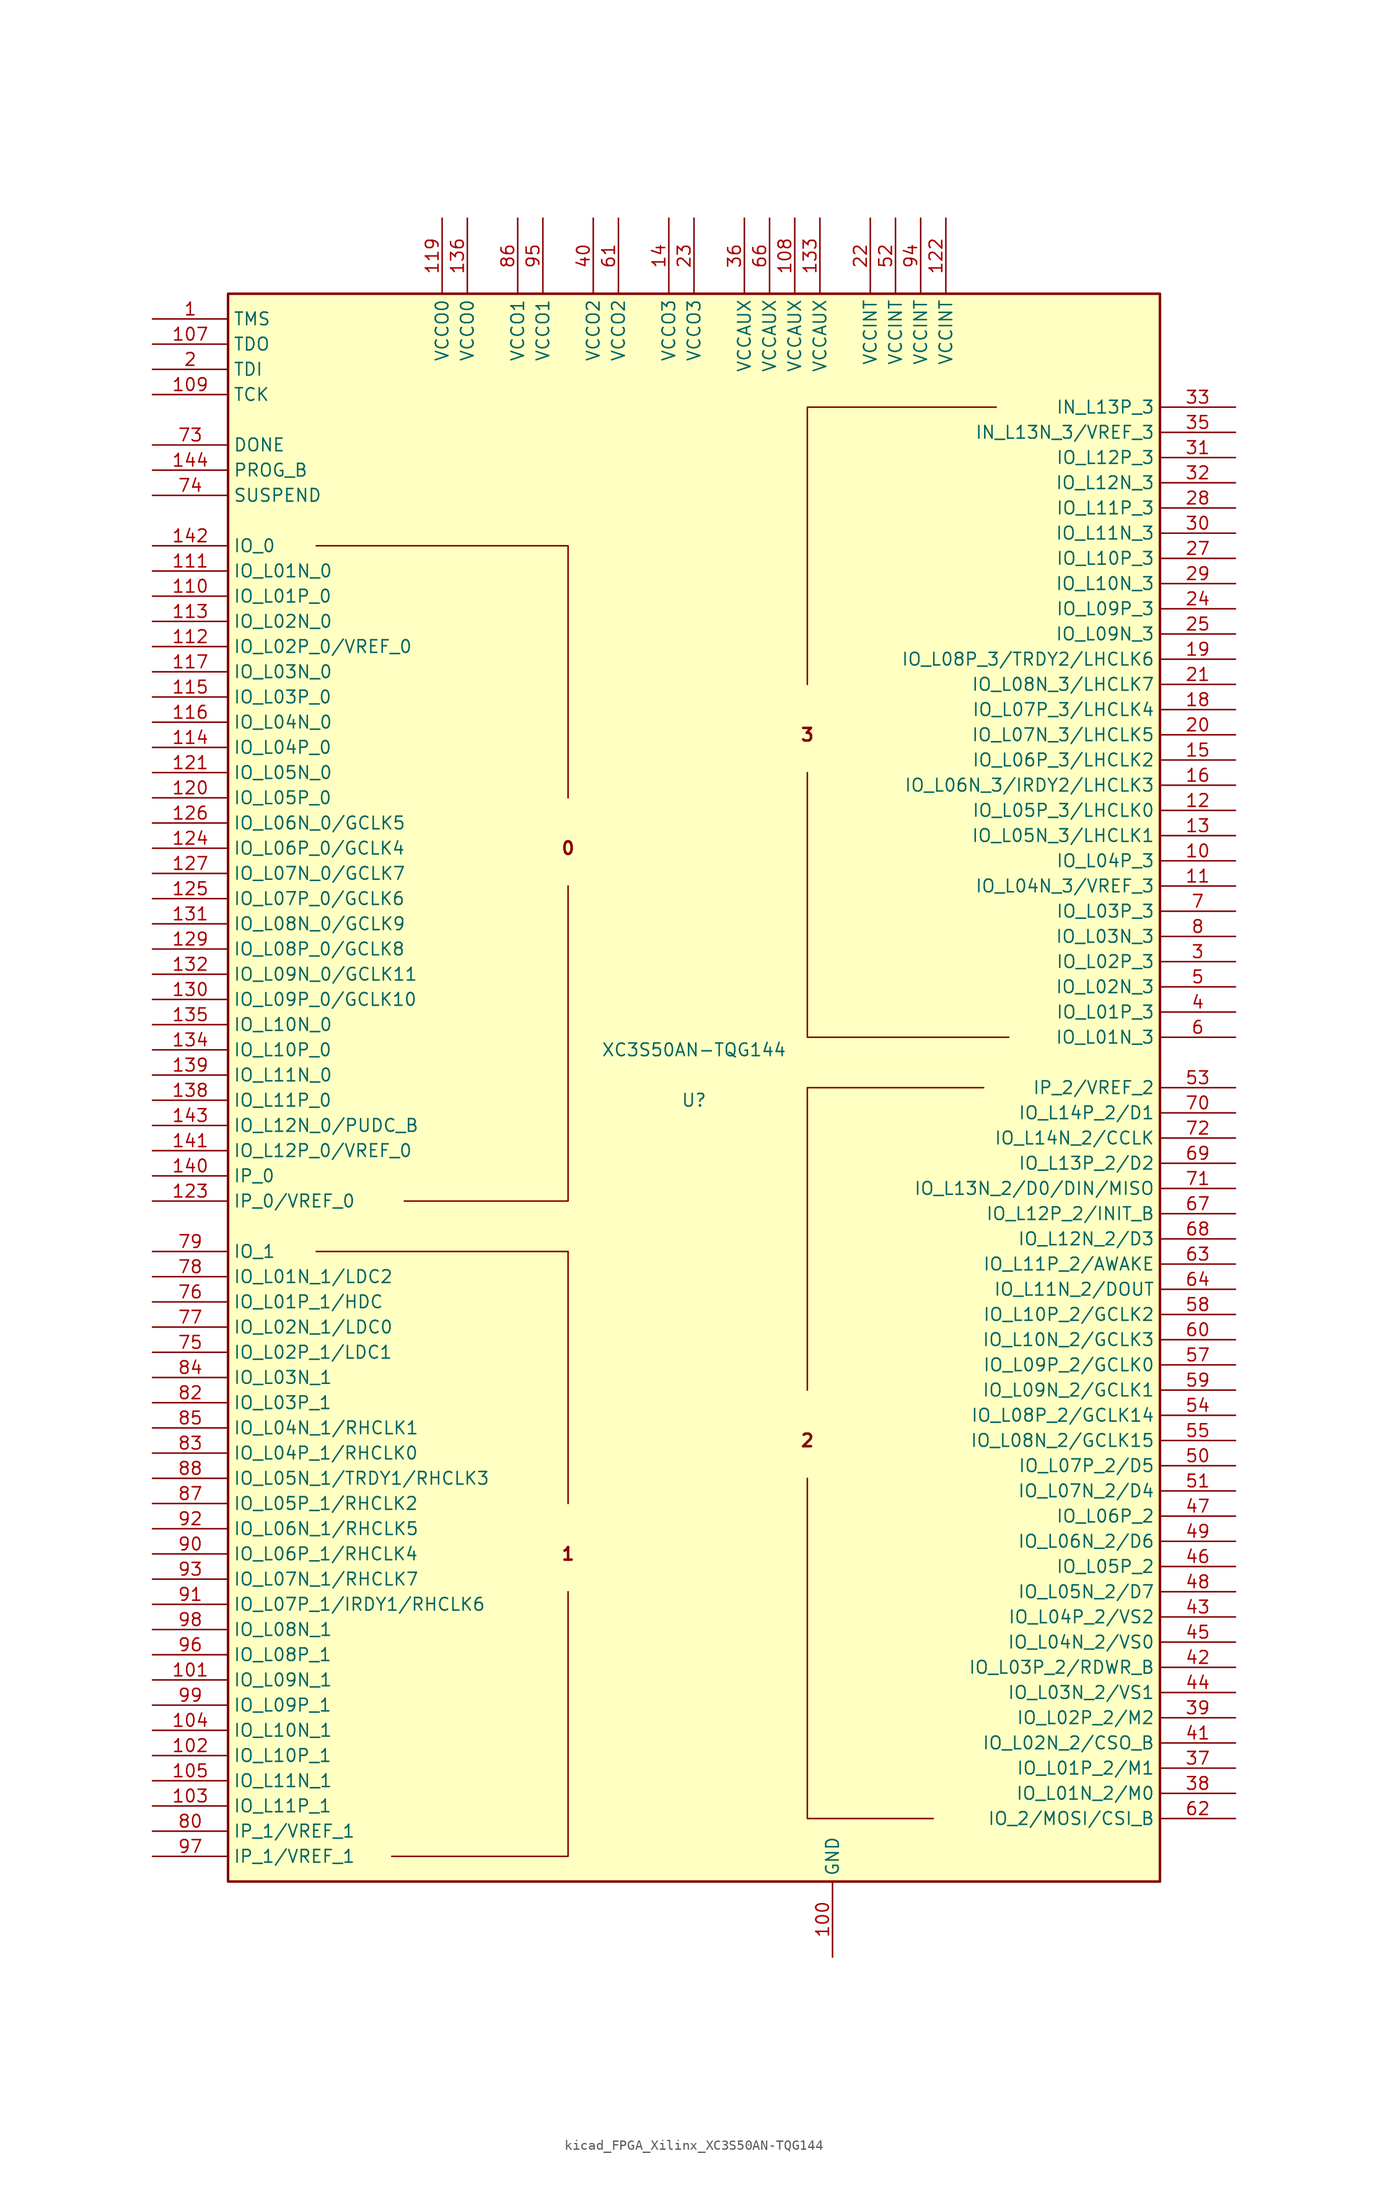
<source format=kicad_sym>
(kicad_symbol_lib
  (version 20220914)
  (generator kicad_symbol_editor)
  (symbol "kicad_FPGA_Xilinx_XC3S50AN-TQG144"
    (property "Reference" "U"
      (at 0 0 0)
      (effects (font (size 1.27 1.27))))
    (property "Value" "XC3S50AN-TQG144"
      (at 0 5.08 0)
      (effects (font (size 1.27 1.27))))
    (symbol "kicad_FPGA_Xilinx_XC3S50AN-TQG144_0_0"
      (text "0" (at -12.7 25.4 0) (effects (font (size 1.27 1.27) bold)))
      (text "1" (at -12.7 -45.72 0) (effects (font (size 1.27 1.27) bold)))
      (text "2" (at 11.43 -34.29 0) (effects (font (size 1.27 1.27) bold)))
      (text "3" (at 11.43 36.83 0) (effects (font (size 1.27 1.27) bold))))
    (symbol "kicad_FPGA_Xilinx_XC3S50AN-TQG144_0_1"
      (rectangle (start -46.99 81.28) (end 46.99 -78.74) (stroke (width 0.254) (type default)) (fill (type background)))
      (polyline (pts (xy -38.1 55.88) (xy -12.7 55.88) (xy -12.7 30.48) (xy -12.7 30.48)) (stroke (width 0) (type default)) (fill (type none)))
      (polyline (pts (xy -29.21 -10.16) (xy -12.7 -10.16) (xy -12.7 21.59) (xy -12.7 21.59)) (stroke (width 0) (type default)) (fill (type none)))
      (polyline (pts (xy -12.7 -40.64) (xy -12.7 -15.24) (xy -38.1 -15.24) (xy -38.1 -15.24)) (stroke (width 0) (type default)) (fill (type none)))
      (polyline (pts (xy 24.13 -72.39) (xy 11.43 -72.39) (xy 11.43 -38.1) (xy 11.43 -38.1)) (stroke (width 0) (type default)) (fill (type none)))
      (polyline (pts (xy 29.21 1.27) (xy 11.43 1.27) (xy 11.43 -29.21) (xy 11.43 -29.21)) (stroke (width 0) (type default)) (fill (type none)))
      (polyline (pts (xy 30.48 69.85) (xy 11.43 69.85) (xy 11.43 41.91) (xy 11.43 41.91)) (stroke (width 0) (type default)) (fill (type none)))
      (polyline (pts (xy 31.75 6.35) (xy 11.43 6.35) (xy 11.43 33.02) (xy 11.43 33.02)) (stroke (width 0) (type default)) (fill (type none)))
      (polyline (pts (xy -30.48 -76.2) (xy -13.97 -76.2) (xy -12.7 -76.2) (xy -12.7 -49.53) (xy -12.7 -49.53)) (stroke (width 0) (type default)) (fill (type none))))
    (symbol "kicad_FPGA_Xilinx_XC3S50AN-TQG144_1_1"
      (pin input line (at -54.61 78.74 0) (length 7.62) (name "TMS" (effects (font (size 1.27 1.27)))) (number "1" (effects (font (size 1.27 1.27)))))
      (pin bidirectional line (at 54.61 24.13 180) (length 7.62) (name "IO_L04P_3" (effects (font (size 1.27 1.27)))) (number "10" (effects (font (size 1.27 1.27)))))
      (pin power_in line (at 13.97 -86.36 90) (length 7.62) (name "GND" (effects (font (size 1.27 1.27)))) (number "100" (effects (font (size 1.27 1.27)))))
      (pin bidirectional line (at -54.61 -58.42 0) (length 7.62) (name "IO_L09N_1" (effects (font (size 1.27 1.27)))) (number "101" (effects (font (size 1.27 1.27)))))
      (pin bidirectional line (at -54.61 -66.04 0) (length 7.62) (name "IO_L10P_1" (effects (font (size 1.27 1.27)))) (number "102" (effects (font (size 1.27 1.27)))))
      (pin bidirectional line (at -54.61 -71.12 0) (length 7.62) (name "IO_L11P_1" (effects (font (size 1.27 1.27)))) (number "103" (effects (font (size 1.27 1.27)))))
      (pin bidirectional line (at -54.61 -63.5 0) (length 7.62) (name "IO_L10N_1" (effects (font (size 1.27 1.27)))) (number "104" (effects (font (size 1.27 1.27)))))
      (pin bidirectional line (at -54.61 -68.58 0) (length 7.62) (name "IO_L11N_1" (effects (font (size 1.27 1.27)))) (number "105" (effects (font (size 1.27 1.27)))))
      (pin passive line (at 13.97 -86.36 90) (length 7.62) hide (name "GND" (effects (font (size 1.27 1.27)))) (number "106" (effects (font (size 1.27 1.27)))))
      (pin output line (at -54.61 76.2 0) (length 7.62) (name "TDO" (effects (font (size 1.27 1.27)))) (number "107" (effects (font (size 1.27 1.27)))))
      (pin power_in line (at 10.16 88.9 270) (length 7.62) (name "VCCAUX" (effects (font (size 1.27 1.27)))) (number "108" (effects (font (size 1.27 1.27)))))
      (pin input line (at -54.61 71.12 0) (length 7.62) (name "TCK" (effects (font (size 1.27 1.27)))) (number "109" (effects (font (size 1.27 1.27)))))
      (pin bidirectional line (at 54.61 21.59 180) (length 7.62) (name "IO_L04N_3/VREF_3" (effects (font (size 1.27 1.27)))) (number "11" (effects (font (size 1.27 1.27)))))
      (pin bidirectional line (at -54.61 50.8 0) (length 7.62) (name "IO_L01P_0" (effects (font (size 1.27 1.27)))) (number "110" (effects (font (size 1.27 1.27)))))
      (pin bidirectional line (at -54.61 53.34 0) (length 7.62) (name "IO_L01N_0" (effects (font (size 1.27 1.27)))) (number "111" (effects (font (size 1.27 1.27)))))
      (pin bidirectional line (at -54.61 45.72 0) (length 7.62) (name "IO_L02P_0/VREF_0" (effects (font (size 1.27 1.27)))) (number "112" (effects (font (size 1.27 1.27)))))
      (pin bidirectional line (at -54.61 48.26 0) (length 7.62) (name "IO_L02N_0" (effects (font (size 1.27 1.27)))) (number "113" (effects (font (size 1.27 1.27)))))
      (pin bidirectional line (at -54.61 35.56 0) (length 7.62) (name "IO_L04P_0" (effects (font (size 1.27 1.27)))) (number "114" (effects (font (size 1.27 1.27)))))
      (pin bidirectional line (at -54.61 40.64 0) (length 7.62) (name "IO_L03P_0" (effects (font (size 1.27 1.27)))) (number "115" (effects (font (size 1.27 1.27)))))
      (pin bidirectional line (at -54.61 38.1 0) (length 7.62) (name "IO_L04N_0" (effects (font (size 1.27 1.27)))) (number "116" (effects (font (size 1.27 1.27)))))
      (pin bidirectional line (at -54.61 43.18 0) (length 7.62) (name "IO_L03N_0" (effects (font (size 1.27 1.27)))) (number "117" (effects (font (size 1.27 1.27)))))
      (pin passive line (at 13.97 -86.36 90) (length 7.62) hide (name "GND" (effects (font (size 1.27 1.27)))) (number "118" (effects (font (size 1.27 1.27)))))
      (pin power_in line (at -25.4 88.9 270) (length 7.62) (name "VCCO0" (effects (font (size 1.27 1.27)))) (number "119" (effects (font (size 1.27 1.27)))))
      (pin bidirectional line (at 54.61 29.21 180) (length 7.62) (name "IO_L05P_3/LHCLK0" (effects (font (size 1.27 1.27)))) (number "12" (effects (font (size 1.27 1.27)))))
      (pin bidirectional line (at -54.61 30.48 0) (length 7.62) (name "IO_L05P_0" (effects (font (size 1.27 1.27)))) (number "120" (effects (font (size 1.27 1.27)))))
      (pin bidirectional line (at -54.61 33.02 0) (length 7.62) (name "IO_L05N_0" (effects (font (size 1.27 1.27)))) (number "121" (effects (font (size 1.27 1.27)))))
      (pin power_in line (at 25.4 88.9 270) (length 7.62) (name "VCCINT" (effects (font (size 1.27 1.27)))) (number "122" (effects (font (size 1.27 1.27)))))
      (pin input line (at -54.61 -10.16 0) (length 7.62) (name "IP_0/VREF_0" (effects (font (size 1.27 1.27)))) (number "123" (effects (font (size 1.27 1.27)))))
      (pin bidirectional line (at -54.61 25.4 0) (length 7.62) (name "IO_L06P_0/GCLK4" (effects (font (size 1.27 1.27)))) (number "124" (effects (font (size 1.27 1.27)))))
      (pin bidirectional line (at -54.61 20.32 0) (length 7.62) (name "IO_L07P_0/GCLK6" (effects (font (size 1.27 1.27)))) (number "125" (effects (font (size 1.27 1.27)))))
      (pin bidirectional line (at -54.61 27.94 0) (length 7.62) (name "IO_L06N_0/GCLK5" (effects (font (size 1.27 1.27)))) (number "126" (effects (font (size 1.27 1.27)))))
      (pin bidirectional line (at -54.61 22.86 0) (length 7.62) (name "IO_L07N_0/GCLK7" (effects (font (size 1.27 1.27)))) (number "127" (effects (font (size 1.27 1.27)))))
      (pin passive line (at 13.97 -86.36 90) (length 7.62) hide (name "GND" (effects (font (size 1.27 1.27)))) (number "128" (effects (font (size 1.27 1.27)))))
      (pin bidirectional line (at -54.61 15.24 0) (length 7.62) (name "IO_L08P_0/GCLK8" (effects (font (size 1.27 1.27)))) (number "129" (effects (font (size 1.27 1.27)))))
      (pin bidirectional line (at 54.61 26.67 180) (length 7.62) (name "IO_L05N_3/LHCLK1" (effects (font (size 1.27 1.27)))) (number "13" (effects (font (size 1.27 1.27)))))
      (pin bidirectional line (at -54.61 10.16 0) (length 7.62) (name "IO_L09P_0/GCLK10" (effects (font (size 1.27 1.27)))) (number "130" (effects (font (size 1.27 1.27)))))
      (pin bidirectional line (at -54.61 17.78 0) (length 7.62) (name "IO_L08N_0/GCLK9" (effects (font (size 1.27 1.27)))) (number "131" (effects (font (size 1.27 1.27)))))
      (pin bidirectional line (at -54.61 12.7 0) (length 7.62) (name "IO_L09N_0/GCLK11" (effects (font (size 1.27 1.27)))) (number "132" (effects (font (size 1.27 1.27)))))
      (pin power_in line (at 12.7 88.9 270) (length 7.62) (name "VCCAUX" (effects (font (size 1.27 1.27)))) (number "133" (effects (font (size 1.27 1.27)))))
      (pin bidirectional line (at -54.61 5.08 0) (length 7.62) (name "IO_L10P_0" (effects (font (size 1.27 1.27)))) (number "134" (effects (font (size 1.27 1.27)))))
      (pin bidirectional line (at -54.61 7.62 0) (length 7.62) (name "IO_L10N_0" (effects (font (size 1.27 1.27)))) (number "135" (effects (font (size 1.27 1.27)))))
      (pin power_in line (at -22.86 88.9 270) (length 7.62) (name "VCCO0" (effects (font (size 1.27 1.27)))) (number "136" (effects (font (size 1.27 1.27)))))
      (pin passive line (at 13.97 -86.36 90) (length 7.62) hide (name "GND" (effects (font (size 1.27 1.27)))) (number "137" (effects (font (size 1.27 1.27)))))
      (pin bidirectional line (at -54.61 0 0) (length 7.62) (name "IO_L11P_0" (effects (font (size 1.27 1.27)))) (number "138" (effects (font (size 1.27 1.27)))))
      (pin bidirectional line (at -54.61 2.54 0) (length 7.62) (name "IO_L11N_0" (effects (font (size 1.27 1.27)))) (number "139" (effects (font (size 1.27 1.27)))))
      (pin passive line (at -2.54 88.9 270) (length 7.62) (name "VCCO3" (effects (font (size 1.27 1.27)))) (number "14" (effects (font (size 1.27 1.27)))))
      (pin input line (at -54.61 -7.62 0) (length 7.62) (name "IP_0" (effects (font (size 1.27 1.27)))) (number "140" (effects (font (size 1.27 1.27)))))
      (pin bidirectional line (at -54.61 -5.08 0) (length 7.62) (name "IO_L12P_0/VREF_0" (effects (font (size 1.27 1.27)))) (number "141" (effects (font (size 1.27 1.27)))))
      (pin bidirectional line (at -54.61 55.88 0) (length 7.62) (name "IO_0" (effects (font (size 1.27 1.27)))) (number "142" (effects (font (size 1.27 1.27)))))
      (pin bidirectional line (at -54.61 -2.54 0) (length 7.62) (name "IO_L12N_0/PUDC_B" (effects (font (size 1.27 1.27)))) (number "143" (effects (font (size 1.27 1.27)))))
      (pin bidirectional line (at -54.61 63.5 0) (length 7.62) (name "PROG_B" (effects (font (size 1.27 1.27)))) (number "144" (effects (font (size 1.27 1.27)))))
      (pin bidirectional line (at 54.61 34.29 180) (length 7.62) (name "IO_L06P_3/LHCLK2" (effects (font (size 1.27 1.27)))) (number "15" (effects (font (size 1.27 1.27)))))
      (pin bidirectional line (at 54.61 31.75 180) (length 7.62) (name "IO_L06N_3/IRDY2/LHCLK3" (effects (font (size 1.27 1.27)))) (number "16" (effects (font (size 1.27 1.27)))))
      (pin passive line (at 13.97 -86.36 90) (length 7.62) hide (name "GND" (effects (font (size 1.27 1.27)))) (number "17" (effects (font (size 1.27 1.27)))))
      (pin bidirectional line (at 54.61 39.37 180) (length 7.62) (name "IO_L07P_3/LHCLK4" (effects (font (size 1.27 1.27)))) (number "18" (effects (font (size 1.27 1.27)))))
      (pin bidirectional line (at 54.61 44.45 180) (length 7.62) (name "IO_L08P_3/TRDY2/LHCLK6" (effects (font (size 1.27 1.27)))) (number "19" (effects (font (size 1.27 1.27)))))
      (pin input line (at -54.61 73.66 0) (length 7.62) (name "TDI" (effects (font (size 1.27 1.27)))) (number "2" (effects (font (size 1.27 1.27)))))
      (pin bidirectional line (at 54.61 36.83 180) (length 7.62) (name "IO_L07N_3/LHCLK5" (effects (font (size 1.27 1.27)))) (number "20" (effects (font (size 1.27 1.27)))))
      (pin bidirectional line (at 54.61 41.91 180) (length 7.62) (name "IO_L08N_3/LHCLK7" (effects (font (size 1.27 1.27)))) (number "21" (effects (font (size 1.27 1.27)))))
      (pin power_in line (at 17.78 88.9 270) (length 7.62) (name "VCCINT" (effects (font (size 1.27 1.27)))) (number "22" (effects (font (size 1.27 1.27)))))
      (pin power_in line (at 0 88.9 270) (length 7.62) (name "VCCO3" (effects (font (size 1.27 1.27)))) (number "23" (effects (font (size 1.27 1.27)))))
      (pin bidirectional line (at 54.61 49.53 180) (length 7.62) (name "IO_L09P_3" (effects (font (size 1.27 1.27)))) (number "24" (effects (font (size 1.27 1.27)))))
      (pin bidirectional line (at 54.61 46.99 180) (length 7.62) (name "IO_L09N_3" (effects (font (size 1.27 1.27)))) (number "25" (effects (font (size 1.27 1.27)))))
      (pin passive line (at 13.97 -86.36 90) (length 7.62) hide (name "GND" (effects (font (size 1.27 1.27)))) (number "26" (effects (font (size 1.27 1.27)))))
      (pin bidirectional line (at 54.61 54.61 180) (length 7.62) (name "IO_L10P_3" (effects (font (size 1.27 1.27)))) (number "27" (effects (font (size 1.27 1.27)))))
      (pin bidirectional line (at 54.61 59.69 180) (length 7.62) (name "IO_L11P_3" (effects (font (size 1.27 1.27)))) (number "28" (effects (font (size 1.27 1.27)))))
      (pin bidirectional line (at 54.61 52.07 180) (length 7.62) (name "IO_L10N_3" (effects (font (size 1.27 1.27)))) (number "29" (effects (font (size 1.27 1.27)))))
      (pin bidirectional line (at 54.61 13.97 180) (length 7.62) (name "IO_L02P_3" (effects (font (size 1.27 1.27)))) (number "3" (effects (font (size 1.27 1.27)))))
      (pin bidirectional line (at 54.61 57.15 180) (length 7.62) (name "IO_L11N_3" (effects (font (size 1.27 1.27)))) (number "30" (effects (font (size 1.27 1.27)))))
      (pin bidirectional line (at 54.61 64.77 180) (length 7.62) (name "IO_L12P_3" (effects (font (size 1.27 1.27)))) (number "31" (effects (font (size 1.27 1.27)))))
      (pin bidirectional line (at 54.61 62.23 180) (length 7.62) (name "IO_L12N_3" (effects (font (size 1.27 1.27)))) (number "32" (effects (font (size 1.27 1.27)))))
      (pin input line (at 54.61 69.85 180) (length 7.62) (name "IN_L13P_3" (effects (font (size 1.27 1.27)))) (number "33" (effects (font (size 1.27 1.27)))))
      (pin passive line (at 13.97 -86.36 90) (length 7.62) hide (name "GND" (effects (font (size 1.27 1.27)))) (number "34" (effects (font (size 1.27 1.27)))))
      (pin input line (at 54.61 67.31 180) (length 7.62) (name "IN_L13N_3/VREF_3" (effects (font (size 1.27 1.27)))) (number "35" (effects (font (size 1.27 1.27)))))
      (pin power_in line (at 5.08 88.9 270) (length 7.62) (name "VCCAUX" (effects (font (size 1.27 1.27)))) (number "36" (effects (font (size 1.27 1.27)))))
      (pin bidirectional line (at 54.61 -67.31 180) (length 7.62) (name "IO_L01P_2/M1" (effects (font (size 1.27 1.27)))) (number "37" (effects (font (size 1.27 1.27)))))
      (pin bidirectional line (at 54.61 -69.85 180) (length 7.62) (name "IO_L01N_2/M0" (effects (font (size 1.27 1.27)))) (number "38" (effects (font (size 1.27 1.27)))))
      (pin bidirectional line (at 54.61 -62.23 180) (length 7.62) (name "IO_L02P_2/M2" (effects (font (size 1.27 1.27)))) (number "39" (effects (font (size 1.27 1.27)))))
      (pin bidirectional line (at 54.61 8.89 180) (length 7.62) (name "IO_L01P_3" (effects (font (size 1.27 1.27)))) (number "4" (effects (font (size 1.27 1.27)))))
      (pin power_in line (at -10.16 88.9 270) (length 7.62) (name "VCCO2" (effects (font (size 1.27 1.27)))) (number "40" (effects (font (size 1.27 1.27)))))
      (pin bidirectional line (at 54.61 -64.77 180) (length 7.62) (name "IO_L02N_2/CSO_B" (effects (font (size 1.27 1.27)))) (number "41" (effects (font (size 1.27 1.27)))))
      (pin bidirectional line (at 54.61 -57.15 180) (length 7.62) (name "IO_L03P_2/RDWR_B" (effects (font (size 1.27 1.27)))) (number "42" (effects (font (size 1.27 1.27)))))
      (pin bidirectional line (at 54.61 -52.07 180) (length 7.62) (name "IO_L04P_2/VS2" (effects (font (size 1.27 1.27)))) (number "43" (effects (font (size 1.27 1.27)))))
      (pin bidirectional line (at 54.61 -59.69 180) (length 7.62) (name "IO_L03N_2/VS1" (effects (font (size 1.27 1.27)))) (number "44" (effects (font (size 1.27 1.27)))))
      (pin bidirectional line (at 54.61 -54.61 180) (length 7.62) (name "IO_L04N_2/VS0" (effects (font (size 1.27 1.27)))) (number "45" (effects (font (size 1.27 1.27)))))
      (pin bidirectional line (at 54.61 -46.99 180) (length 7.62) (name "IO_L05P_2" (effects (font (size 1.27 1.27)))) (number "46" (effects (font (size 1.27 1.27)))))
      (pin bidirectional line (at 54.61 -41.91 180) (length 7.62) (name "IO_L06P_2" (effects (font (size 1.27 1.27)))) (number "47" (effects (font (size 1.27 1.27)))))
      (pin bidirectional line (at 54.61 -49.53 180) (length 7.62) (name "IO_L05N_2/D7" (effects (font (size 1.27 1.27)))) (number "48" (effects (font (size 1.27 1.27)))))
      (pin bidirectional line (at 54.61 -44.45 180) (length 7.62) (name "IO_L06N_2/D6" (effects (font (size 1.27 1.27)))) (number "49" (effects (font (size 1.27 1.27)))))
      (pin bidirectional line (at 54.61 11.43 180) (length 7.62) (name "IO_L02N_3" (effects (font (size 1.27 1.27)))) (number "5" (effects (font (size 1.27 1.27)))))
      (pin bidirectional line (at 54.61 -36.83 180) (length 7.62) (name "IO_L07P_2/D5" (effects (font (size 1.27 1.27)))) (number "50" (effects (font (size 1.27 1.27)))))
      (pin bidirectional line (at 54.61 -39.37 180) (length 7.62) (name "IO_L07N_2/D4" (effects (font (size 1.27 1.27)))) (number "51" (effects (font (size 1.27 1.27)))))
      (pin power_in line (at 20.32 88.9 270) (length 7.62) (name "VCCINT" (effects (font (size 1.27 1.27)))) (number "52" (effects (font (size 1.27 1.27)))))
      (pin input line (at 54.61 1.27 180) (length 7.62) (name "IP_2/VREF_2" (effects (font (size 1.27 1.27)))) (number "53" (effects (font (size 1.27 1.27)))))
      (pin bidirectional line (at 54.61 -31.75 180) (length 7.62) (name "IO_L08P_2/GCLK14" (effects (font (size 1.27 1.27)))) (number "54" (effects (font (size 1.27 1.27)))))
      (pin bidirectional line (at 54.61 -34.29 180) (length 7.62) (name "IO_L08N_2/GCLK15" (effects (font (size 1.27 1.27)))) (number "55" (effects (font (size 1.27 1.27)))))
      (pin passive line (at 13.97 -86.36 90) (length 7.62) hide (name "GND" (effects (font (size 1.27 1.27)))) (number "56" (effects (font (size 1.27 1.27)))))
      (pin bidirectional line (at 54.61 -26.67 180) (length 7.62) (name "IO_L09P_2/GCLK0" (effects (font (size 1.27 1.27)))) (number "57" (effects (font (size 1.27 1.27)))))
      (pin bidirectional line (at 54.61 -21.59 180) (length 7.62) (name "IO_L10P_2/GCLK2" (effects (font (size 1.27 1.27)))) (number "58" (effects (font (size 1.27 1.27)))))
      (pin bidirectional line (at 54.61 -29.21 180) (length 7.62) (name "IO_L09N_2/GCLK1" (effects (font (size 1.27 1.27)))) (number "59" (effects (font (size 1.27 1.27)))))
      (pin bidirectional line (at 54.61 6.35 180) (length 7.62) (name "IO_L01N_3" (effects (font (size 1.27 1.27)))) (number "6" (effects (font (size 1.27 1.27)))))
      (pin bidirectional line (at 54.61 -24.13 180) (length 7.62) (name "IO_L10N_2/GCLK3" (effects (font (size 1.27 1.27)))) (number "60" (effects (font (size 1.27 1.27)))))
      (pin power_in line (at -7.62 88.9 270) (length 7.62) (name "VCCO2" (effects (font (size 1.27 1.27)))) (number "61" (effects (font (size 1.27 1.27)))))
      (pin bidirectional line (at 54.61 -72.39 180) (length 7.62) (name "IO_2/MOSI/CSI_B" (effects (font (size 1.27 1.27)))) (number "62" (effects (font (size 1.27 1.27)))))
      (pin bidirectional line (at 54.61 -16.51 180) (length 7.62) (name "IO_L11P_2/AWAKE" (effects (font (size 1.27 1.27)))) (number "63" (effects (font (size 1.27 1.27)))))
      (pin bidirectional line (at 54.61 -19.05 180) (length 7.62) (name "IO_L11N_2/DOUT" (effects (font (size 1.27 1.27)))) (number "64" (effects (font (size 1.27 1.27)))))
      (pin passive line (at 13.97 -86.36 90) (length 7.62) hide (name "GND" (effects (font (size 1.27 1.27)))) (number "65" (effects (font (size 1.27 1.27)))))
      (pin power_in line (at 7.62 88.9 270) (length 7.62) (name "VCCAUX" (effects (font (size 1.27 1.27)))) (number "66" (effects (font (size 1.27 1.27)))))
      (pin bidirectional line (at 54.61 -11.43 180) (length 7.62) (name "IO_L12P_2/INIT_B" (effects (font (size 1.27 1.27)))) (number "67" (effects (font (size 1.27 1.27)))))
      (pin bidirectional line (at 54.61 -13.97 180) (length 7.62) (name "IO_L12N_2/D3" (effects (font (size 1.27 1.27)))) (number "68" (effects (font (size 1.27 1.27)))))
      (pin bidirectional line (at 54.61 -6.35 180) (length 7.62) (name "IO_L13P_2/D2" (effects (font (size 1.27 1.27)))) (number "69" (effects (font (size 1.27 1.27)))))
      (pin bidirectional line (at 54.61 19.05 180) (length 7.62) (name "IO_L03P_3" (effects (font (size 1.27 1.27)))) (number "7" (effects (font (size 1.27 1.27)))))
      (pin bidirectional line (at 54.61 -1.27 180) (length 7.62) (name "IO_L14P_2/D1" (effects (font (size 1.27 1.27)))) (number "70" (effects (font (size 1.27 1.27)))))
      (pin bidirectional line (at 54.61 -8.89 180) (length 7.62) (name "IO_L13N_2/D0/DIN/MISO" (effects (font (size 1.27 1.27)))) (number "71" (effects (font (size 1.27 1.27)))))
      (pin bidirectional line (at 54.61 -3.81 180) (length 7.62) (name "IO_L14N_2/CCLK" (effects (font (size 1.27 1.27)))) (number "72" (effects (font (size 1.27 1.27)))))
      (pin bidirectional line (at -54.61 66.04 0) (length 7.62) (name "DONE" (effects (font (size 1.27 1.27)))) (number "73" (effects (font (size 1.27 1.27)))))
      (pin input line (at -54.61 60.96 0) (length 7.62) (name "SUSPEND" (effects (font (size 1.27 1.27)))) (number "74" (effects (font (size 1.27 1.27)))))
      (pin bidirectional line (at -54.61 -25.4 0) (length 7.62) (name "IO_L02P_1/LDC1" (effects (font (size 1.27 1.27)))) (number "75" (effects (font (size 1.27 1.27)))))
      (pin bidirectional line (at -54.61 -20.32 0) (length 7.62) (name "IO_L01P_1/HDC" (effects (font (size 1.27 1.27)))) (number "76" (effects (font (size 1.27 1.27)))))
      (pin bidirectional line (at -54.61 -22.86 0) (length 7.62) (name "IO_L02N_1/LDC0" (effects (font (size 1.27 1.27)))) (number "77" (effects (font (size 1.27 1.27)))))
      (pin bidirectional line (at -54.61 -17.78 0) (length 7.62) (name "IO_L01N_1/LDC2" (effects (font (size 1.27 1.27)))) (number "78" (effects (font (size 1.27 1.27)))))
      (pin bidirectional line (at -54.61 -15.24 0) (length 7.62) (name "IO_1" (effects (font (size 1.27 1.27)))) (number "79" (effects (font (size 1.27 1.27)))))
      (pin bidirectional line (at 54.61 16.51 180) (length 7.62) (name "IO_L03N_3" (effects (font (size 1.27 1.27)))) (number "8" (effects (font (size 1.27 1.27)))))
      (pin input line (at -54.61 -73.66 0) (length 7.62) (name "IP_1/VREF_1" (effects (font (size 1.27 1.27)))) (number "80" (effects (font (size 1.27 1.27)))))
      (pin passive line (at 13.97 -86.36 90) (length 7.62) hide (name "GND" (effects (font (size 1.27 1.27)))) (number "81" (effects (font (size 1.27 1.27)))))
      (pin bidirectional line (at -54.61 -30.48 0) (length 7.62) (name "IO_L03P_1" (effects (font (size 1.27 1.27)))) (number "82" (effects (font (size 1.27 1.27)))))
      (pin bidirectional line (at -54.61 -35.56 0) (length 7.62) (name "IO_L04P_1/RHCLK0" (effects (font (size 1.27 1.27)))) (number "83" (effects (font (size 1.27 1.27)))))
      (pin bidirectional line (at -54.61 -27.94 0) (length 7.62) (name "IO_L03N_1" (effects (font (size 1.27 1.27)))) (number "84" (effects (font (size 1.27 1.27)))))
      (pin bidirectional line (at -54.61 -33.02 0) (length 7.62) (name "IO_L04N_1/RHCLK1" (effects (font (size 1.27 1.27)))) (number "85" (effects (font (size 1.27 1.27)))))
      (pin power_in line (at -17.78 88.9 270) (length 7.62) (name "VCCO1" (effects (font (size 1.27 1.27)))) (number "86" (effects (font (size 1.27 1.27)))))
      (pin bidirectional line (at -54.61 -40.64 0) (length 7.62) (name "IO_L05P_1/RHCLK2" (effects (font (size 1.27 1.27)))) (number "87" (effects (font (size 1.27 1.27)))))
      (pin bidirectional line (at -54.61 -38.1 0) (length 7.62) (name "IO_L05N_1/TRDY1/RHCLK3" (effects (font (size 1.27 1.27)))) (number "88" (effects (font (size 1.27 1.27)))))
      (pin passive line (at 13.97 -86.36 90) (length 7.62) hide (name "GND" (effects (font (size 1.27 1.27)))) (number "89" (effects (font (size 1.27 1.27)))))
      (pin passive line (at 13.97 -86.36 90) (length 7.62) hide (name "GND" (effects (font (size 1.27 1.27)))) (number "9" (effects (font (size 1.27 1.27)))))
      (pin bidirectional line (at -54.61 -45.72 0) (length 7.62) (name "IO_L06P_1/RHCLK4" (effects (font (size 1.27 1.27)))) (number "90" (effects (font (size 1.27 1.27)))))
      (pin bidirectional line (at -54.61 -50.8 0) (length 7.62) (name "IO_L07P_1/IRDY1/RHCLK6" (effects (font (size 1.27 1.27)))) (number "91" (effects (font (size 1.27 1.27)))))
      (pin bidirectional line (at -54.61 -43.18 0) (length 7.62) (name "IO_L06N_1/RHCLK5" (effects (font (size 1.27 1.27)))) (number "92" (effects (font (size 1.27 1.27)))))
      (pin bidirectional line (at -54.61 -48.26 0) (length 7.62) (name "IO_L07N_1/RHCLK7" (effects (font (size 1.27 1.27)))) (number "93" (effects (font (size 1.27 1.27)))))
      (pin power_in line (at 22.86 88.9 270) (length 7.62) (name "VCCINT" (effects (font (size 1.27 1.27)))) (number "94" (effects (font (size 1.27 1.27)))))
      (pin power_in line (at -15.24 88.9 270) (length 7.62) (name "VCCO1" (effects (font (size 1.27 1.27)))) (number "95" (effects (font (size 1.27 1.27)))))
      (pin bidirectional line (at -54.61 -55.88 0) (length 7.62) (name "IO_L08P_1" (effects (font (size 1.27 1.27)))) (number "96" (effects (font (size 1.27 1.27)))))
      (pin input line (at -54.61 -76.2 0) (length 7.62) (name "IP_1/VREF_1" (effects (font (size 1.27 1.27)))) (number "97" (effects (font (size 1.27 1.27)))))
      (pin bidirectional line (at -54.61 -53.34 0) (length 7.62) (name "IO_L08N_1" (effects (font (size 1.27 1.27)))) (number "98" (effects (font (size 1.27 1.27)))))
      (pin bidirectional line (at -54.61 -60.96 0) (length 7.62) (name "IO_L09P_1" (effects (font (size 1.27 1.27)))) (number "99" (effects (font (size 1.27 1.27))))))))
</source>
